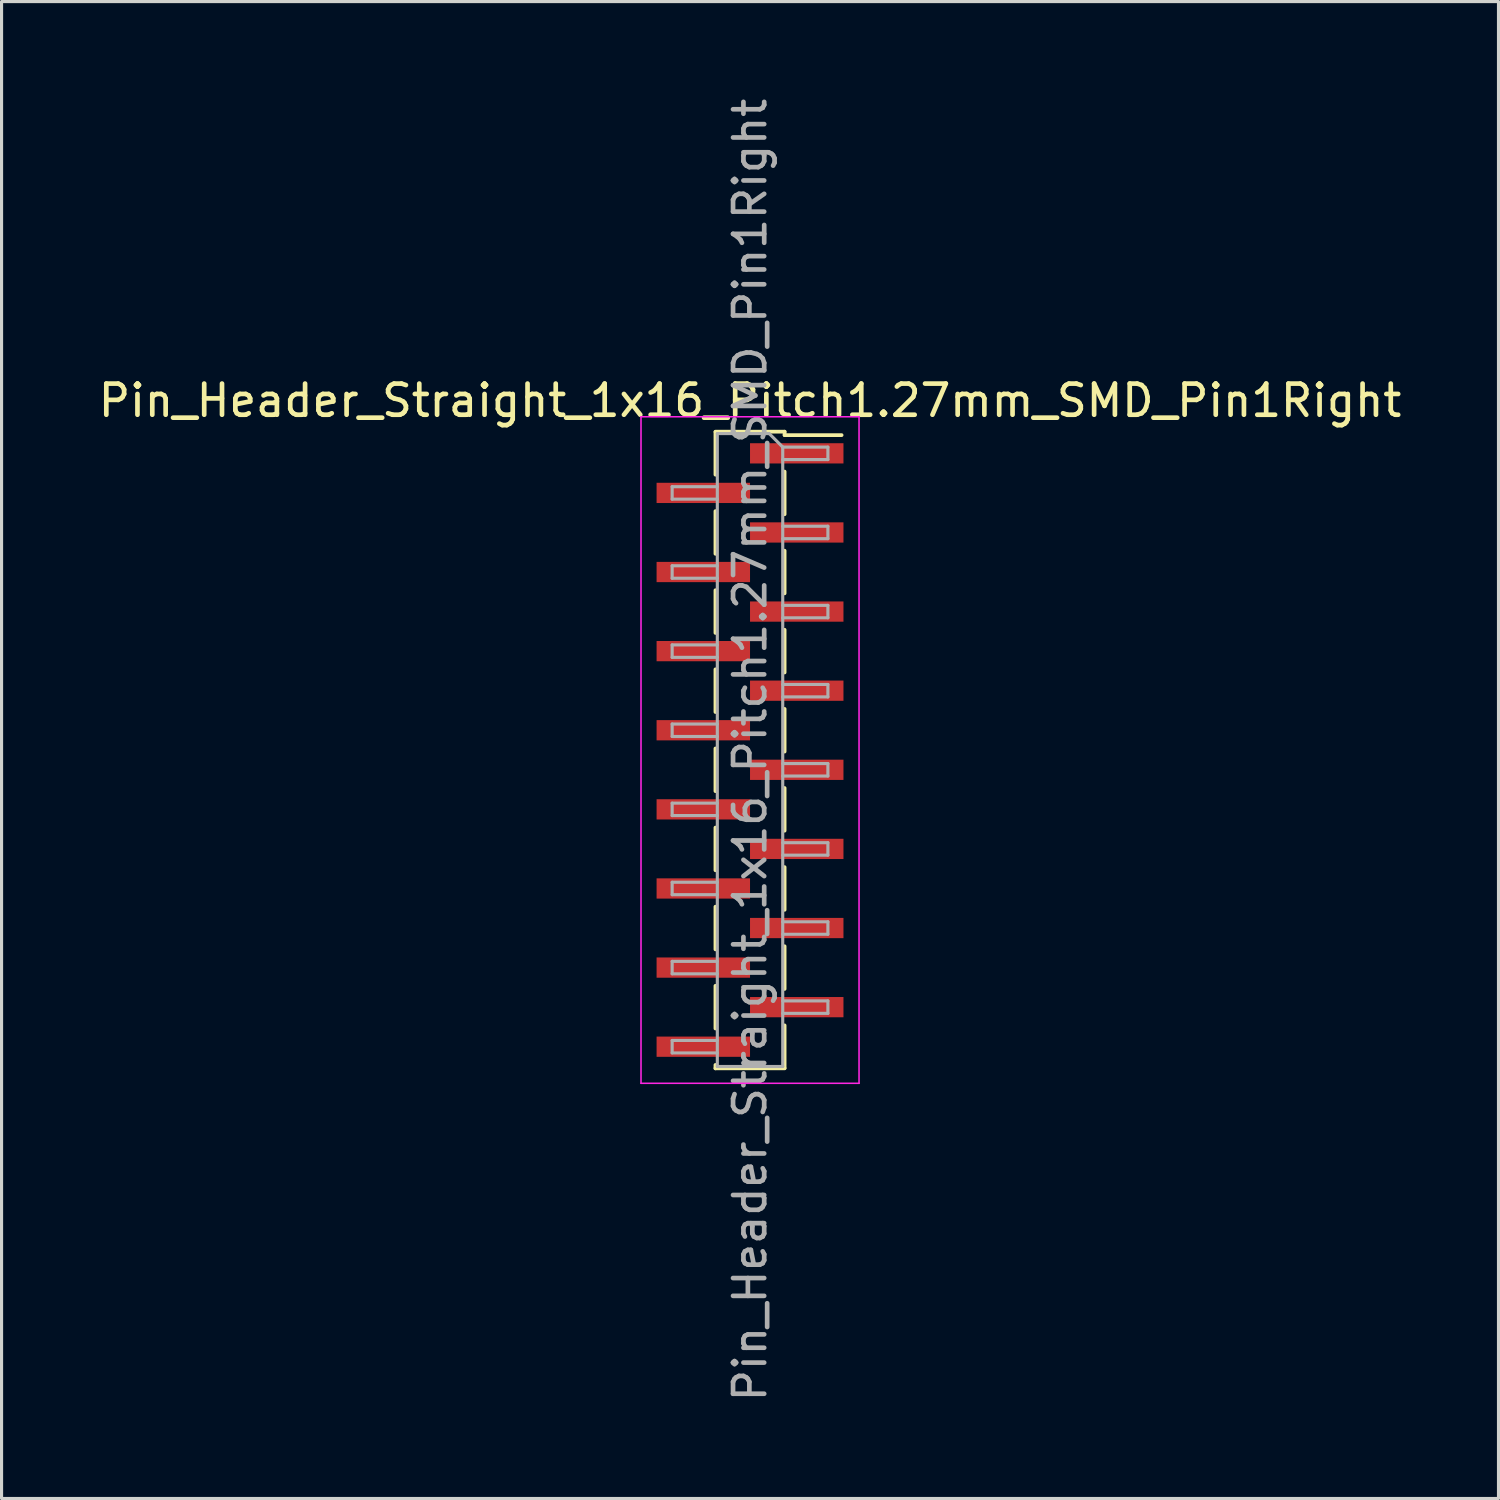
<source format=kicad_pcb>
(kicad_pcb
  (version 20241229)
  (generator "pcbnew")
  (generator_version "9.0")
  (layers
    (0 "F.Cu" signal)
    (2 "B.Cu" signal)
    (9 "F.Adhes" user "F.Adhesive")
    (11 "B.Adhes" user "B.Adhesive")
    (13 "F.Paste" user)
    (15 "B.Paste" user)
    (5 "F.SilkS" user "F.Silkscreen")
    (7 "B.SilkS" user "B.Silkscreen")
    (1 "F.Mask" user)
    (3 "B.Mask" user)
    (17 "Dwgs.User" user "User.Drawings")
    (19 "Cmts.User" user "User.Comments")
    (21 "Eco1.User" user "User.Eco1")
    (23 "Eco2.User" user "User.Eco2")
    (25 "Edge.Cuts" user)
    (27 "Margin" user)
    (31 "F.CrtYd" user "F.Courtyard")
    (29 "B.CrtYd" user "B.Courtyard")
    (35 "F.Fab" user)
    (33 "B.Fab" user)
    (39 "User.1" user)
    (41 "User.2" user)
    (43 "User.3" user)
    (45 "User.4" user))
  (footprint "Pin_Header_Straight_1x16_Pitch1.27mm_SMD_Pin1Right"
    (layer "F.Cu")
    (at 21.03 21.03)
    (property "Reference" "Pin_Header_Straight_1x16_Pitch1.27mm_SMD_Pin1Right" (at 0 -11.22 0) (layer "F.SilkS") (effects (font (size 1 1) (thickness 0.15))))
    (attr smd)
    (fp_line (start -1.11 -10.22) (end 1.11 -10.22) (stroke (width 0.12) (type solid)) (layer "F.SilkS"))
    (fp_line (start -1.11 -10.21) (end -1.11 -8.84) (stroke (width 0.12) (type solid)) (layer "F.SilkS"))
    (fp_line (start -1.11 -7.67) (end -1.11 -6.3) (stroke (width 0.12) (type solid)) (layer "F.SilkS"))
    (fp_line (start -1.11 -5.13) (end -1.11 -3.76) (stroke (width 0.12) (type solid)) (layer "F.SilkS"))
    (fp_line (start -1.11 -2.59) (end -1.11 -1.22) (stroke (width 0.12) (type solid)) (layer "F.SilkS"))
    (fp_line (start -1.11 -0.05) (end -1.11 1.32) (stroke (width 0.12) (type solid)) (layer "F.SilkS"))
    (fp_line (start -1.11 2.49) (end -1.11 3.86) (stroke (width 0.12) (type solid)) (layer "F.SilkS"))
    (fp_line (start -1.11 5.03) (end -1.11 6.4) (stroke (width 0.12) (type solid)) (layer "F.SilkS"))
    (fp_line (start -1.11 7.57) (end -1.11 8.94) (stroke (width 0.12) (type solid)) (layer "F.SilkS"))
    (fp_line (start -1.11 10.11) (end -1.11 10.22) (stroke (width 0.12) (type solid)) (layer "F.SilkS"))
    (fp_line (start -1.11 10.22) (end 1.11 10.22) (stroke (width 0.12) (type solid)) (layer "F.SilkS"))
    (fp_line (start 1.11 -10.22) (end 1.11 -10.11) (stroke (width 0.12) (type solid)) (layer "F.SilkS"))
    (fp_line (start 1.11 -10.11) (end 2.94 -10.11) (stroke (width 0.12) (type solid)) (layer "F.SilkS"))
    (fp_line (start 1.11 -8.94) (end 1.11 -7.57) (stroke (width 0.12) (type solid)) (layer "F.SilkS"))
    (fp_line (start 1.11 -6.4) (end 1.11 -5.03) (stroke (width 0.12) (type solid)) (layer "F.SilkS"))
    (fp_line (start 1.11 -3.86) (end 1.11 -2.49) (stroke (width 0.12) (type solid)) (layer "F.SilkS"))
    (fp_line (start 1.11 -1.32) (end 1.11 0.05) (stroke (width 0.12) (type solid)) (layer "F.SilkS"))
    (fp_line (start 1.11 1.22) (end 1.11 2.59) (stroke (width 0.12) (type solid)) (layer "F.SilkS"))
    (fp_line (start 1.11 3.76) (end 1.11 5.13) (stroke (width 0.12) (type solid)) (layer "F.SilkS"))
    (fp_line (start 1.11 6.3) (end 1.11 7.67) (stroke (width 0.12) (type solid)) (layer "F.SilkS"))
    (fp_line (start 1.11 8.84) (end 1.11 10.21) (stroke (width 0.12) (type solid)) (layer "F.SilkS"))
    (fp_line (start -3.5 -10.7) (end -3.5 10.7) (stroke (width 0.05) (type solid)) (layer "F.CrtYd"))
    (fp_line (start -3.5 10.7) (end 3.5 10.7) (stroke (width 0.05) (type solid)) (layer "F.CrtYd"))
    (fp_line (start 3.5 -10.7) (end -3.5 -10.7) (stroke (width 0.05) (type solid)) (layer "F.CrtYd"))
    (fp_line (start 3.5 10.7) (end 3.5 -10.7) (stroke (width 0.05) (type solid)) (layer "F.CrtYd"))
    (fp_line (start -2.5 -8.455) (end -2.5 -8.055) (stroke (width 0.1) (type solid)) (layer "F.Fab"))
    (fp_line (start -2.5 -8.055) (end -1.05 -8.055) (stroke (width 0.1) (type solid)) (layer "F.Fab"))
    (fp_line (start -2.5 -5.915) (end -2.5 -5.515) (stroke (width 0.1) (type solid)) (layer "F.Fab"))
    (fp_line (start -2.5 -5.515) (end -1.05 -5.515) (stroke (width 0.1) (type solid)) (layer "F.Fab"))
    (fp_line (start -2.5 -3.375) (end -2.5 -2.975) (stroke (width 0.1) (type solid)) (layer "F.Fab"))
    (fp_line (start -2.5 -2.975) (end -1.05 -2.975) (stroke (width 0.1) (type solid)) (layer "F.Fab"))
    (fp_line (start -2.5 -0.835) (end -2.5 -0.435) (stroke (width 0.1) (type solid)) (layer "F.Fab"))
    (fp_line (start -2.5 -0.435) (end -1.05 -0.435) (stroke (width 0.1) (type solid)) (layer "F.Fab"))
    (fp_line (start -2.5 1.705) (end -2.5 2.105) (stroke (width 0.1) (type solid)) (layer "F.Fab"))
    (fp_line (start -2.5 2.105) (end -1.05 2.105) (stroke (width 0.1) (type solid)) (layer "F.Fab"))
    (fp_line (start -2.5 4.245) (end -2.5 4.645) (stroke (width 0.1) (type solid)) (layer "F.Fab"))
    (fp_line (start -2.5 4.645) (end -1.05 4.645) (stroke (width 0.1) (type solid)) (layer "F.Fab"))
    (fp_line (start -2.5 6.785) (end -2.5 7.185) (stroke (width 0.1) (type solid)) (layer "F.Fab"))
    (fp_line (start -2.5 7.185) (end -1.05 7.185) (stroke (width 0.1) (type solid)) (layer "F.Fab"))
    (fp_line (start -2.5 9.325) (end -2.5 9.725) (stroke (width 0.1) (type solid)) (layer "F.Fab"))
    (fp_line (start -2.5 9.725) (end -1.05 9.725) (stroke (width 0.1) (type solid)) (layer "F.Fab"))
    (fp_line (start -1.05 -10.16) (end -1.05 10.16) (stroke (width 0.1) (type solid)) (layer "F.Fab"))
    (fp_line (start -1.05 -10.16) (end 0.615 -10.16) (stroke (width 0.1) (type solid)) (layer "F.Fab"))
    (fp_line (start -1.05 -8.455) (end -2.5 -8.455) (stroke (width 0.1) (type solid)) (layer "F.Fab"))
    (fp_line (start -1.05 -5.915) (end -2.5 -5.915) (stroke (width 0.1) (type solid)) (layer "F.Fab"))
    (fp_line (start -1.05 -3.375) (end -2.5 -3.375) (stroke (width 0.1) (type solid)) (layer "F.Fab"))
    (fp_line (start -1.05 -0.835) (end -2.5 -0.835) (stroke (width 0.1) (type solid)) (layer "F.Fab"))
    (fp_line (start -1.05 1.705) (end -2.5 1.705) (stroke (width 0.1) (type solid)) (layer "F.Fab"))
    (fp_line (start -1.05 4.245) (end -2.5 4.245) (stroke (width 0.1) (type solid)) (layer "F.Fab"))
    (fp_line (start -1.05 6.785) (end -2.5 6.785) (stroke (width 0.1) (type solid)) (layer "F.Fab"))
    (fp_line (start -1.05 9.325) (end -2.5 9.325) (stroke (width 0.1) (type solid)) (layer "F.Fab"))
    (fp_line (start 1.05 -9.725) (end 0.615 -10.16) (stroke (width 0.1) (type solid)) (layer "F.Fab"))
    (fp_line (start 1.05 -9.725) (end 2.5 -9.725) (stroke (width 0.1) (type solid)) (layer "F.Fab"))
    (fp_line (start 1.05 -7.185) (end 2.5 -7.185) (stroke (width 0.1) (type solid)) (layer "F.Fab"))
    (fp_line (start 1.05 -4.645) (end 2.5 -4.645) (stroke (width 0.1) (type solid)) (layer "F.Fab"))
    (fp_line (start 1.05 -2.105) (end 2.5 -2.105) (stroke (width 0.1) (type solid)) (layer "F.Fab"))
    (fp_line (start 1.05 0.435) (end 2.5 0.435) (stroke (width 0.1) (type solid)) (layer "F.Fab"))
    (fp_line (start 1.05 2.975) (end 2.5 2.975) (stroke (width 0.1) (type solid)) (layer "F.Fab"))
    (fp_line (start 1.05 5.515) (end 2.5 5.515) (stroke (width 0.1) (type solid)) (layer "F.Fab"))
    (fp_line (start 1.05 8.055) (end 2.5 8.055) (stroke (width 0.1) (type solid)) (layer "F.Fab"))
    (fp_line (start 1.05 10.16) (end -1.05 10.16) (stroke (width 0.1) (type solid)) (layer "F.Fab"))
    (fp_line (start 1.05 10.16) (end 1.05 -9.725) (stroke (width 0.1) (type solid)) (layer "F.Fab"))
    (fp_line (start 2.5 -9.725) (end 2.5 -9.325) (stroke (width 0.1) (type solid)) (layer "F.Fab"))
    (fp_line (start 2.5 -9.325) (end 1.05 -9.325) (stroke (width 0.1) (type solid)) (layer "F.Fab"))
    (fp_line (start 2.5 -7.185) (end 2.5 -6.785) (stroke (width 0.1) (type solid)) (layer "F.Fab"))
    (fp_line (start 2.5 -6.785) (end 1.05 -6.785) (stroke (width 0.1) (type solid)) (layer "F.Fab"))
    (fp_line (start 2.5 -4.645) (end 2.5 -4.245) (stroke (width 0.1) (type solid)) (layer "F.Fab"))
    (fp_line (start 2.5 -4.245) (end 1.05 -4.245) (stroke (width 0.1) (type solid)) (layer "F.Fab"))
    (fp_line (start 2.5 -2.105) (end 2.5 -1.705) (stroke (width 0.1) (type solid)) (layer "F.Fab"))
    (fp_line (start 2.5 -1.705) (end 1.05 -1.705) (stroke (width 0.1) (type solid)) (layer "F.Fab"))
    (fp_line (start 2.5 0.435) (end 2.5 0.835) (stroke (width 0.1) (type solid)) (layer "F.Fab"))
    (fp_line (start 2.5 0.835) (end 1.05 0.835) (stroke (width 0.1) (type solid)) (layer "F.Fab"))
    (fp_line (start 2.5 2.975) (end 2.5 3.375) (stroke (width 0.1) (type solid)) (layer "F.Fab"))
    (fp_line (start 2.5 3.375) (end 1.05 3.375) (stroke (width 0.1) (type solid)) (layer "F.Fab"))
    (fp_line (start 2.5 5.515) (end 2.5 5.915) (stroke (width 0.1) (type solid)) (layer "F.Fab"))
    (fp_line (start 2.5 5.915) (end 1.05 5.915) (stroke (width 0.1) (type solid)) (layer "F.Fab"))
    (fp_line (start 2.5 8.055) (end 2.5 8.455) (stroke (width 0.1) (type solid)) (layer "F.Fab"))
    (fp_line (start 2.5 8.455) (end 1.05 8.455) (stroke (width 0.1) (type solid)) (layer "F.Fab"))
    (fp_text user "${REFERENCE}" (at 0 0 90) (layer "F.Fab") (effects (font (size 1 1) (thickness 0.15))))
    (pad "1" smd rect (at 1.5 -9.525) (size 3 0.65) (layers "F.Cu" "F.Mask" "F.Paste"))
    (pad "2" smd rect (at -1.5 -8.255) (size 3 0.65) (layers "F.Cu" "F.Mask" "F.Paste"))
    (pad "3" smd rect (at 1.5 -6.985) (size 3 0.65) (layers "F.Cu" "F.Mask" "F.Paste"))
    (pad "4" smd rect (at -1.5 -5.715) (size 3 0.65) (layers "F.Cu" "F.Mask" "F.Paste"))
    (pad "5" smd rect (at 1.5 -4.445) (size 3 0.65) (layers "F.Cu" "F.Mask" "F.Paste"))
    (pad "6" smd rect (at -1.5 -3.175) (size 3 0.65) (layers "F.Cu" "F.Mask" "F.Paste"))
    (pad "7" smd rect (at 1.5 -1.905) (size 3 0.65) (layers "F.Cu" "F.Mask" "F.Paste"))
    (pad "8" smd rect (at -1.5 -0.635) (size 3 0.65) (layers "F.Cu" "F.Mask" "F.Paste"))
    (pad "9" smd rect (at 1.5 0.635) (size 3 0.65) (layers "F.Cu" "F.Mask" "F.Paste"))
    (pad "10" smd rect (at -1.5 1.905) (size 3 0.65) (layers "F.Cu" "F.Mask" "F.Paste"))
    (pad "11" smd rect (at 1.5 3.175) (size 3 0.65) (layers "F.Cu" "F.Mask" "F.Paste"))
    (pad "12" smd rect (at -1.5 4.445) (size 3 0.65) (layers "F.Cu" "F.Mask" "F.Paste"))
    (pad "13" smd rect (at 1.5 5.715) (size 3 0.65) (layers "F.Cu" "F.Mask" "F.Paste"))
    (pad "14" smd rect (at -1.5 6.985) (size 3 0.65) (layers "F.Cu" "F.Mask" "F.Paste"))
    (pad "15" smd rect (at 1.5 8.255) (size 3 0.65) (layers "F.Cu" "F.Mask" "F.Paste"))
    (pad "16" smd rect (at -1.5 9.525) (size 3 0.65) (layers "F.Cu" "F.Mask" "F.Paste")))
  (gr_rect
    (start -3 -3)
    (end 45.06 45.06)
    (stroke (width 0.1) (type default))
    (fill no)
    (layer "Edge.Cuts")))
</source>
